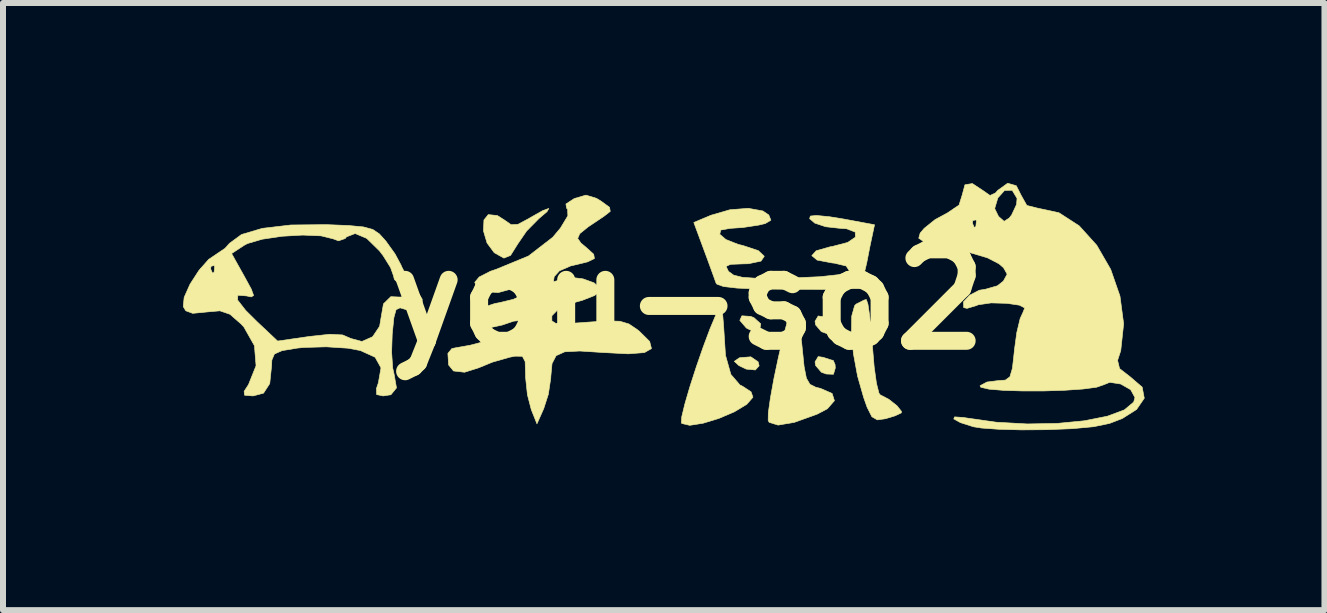
<source format=kicad_pcb>
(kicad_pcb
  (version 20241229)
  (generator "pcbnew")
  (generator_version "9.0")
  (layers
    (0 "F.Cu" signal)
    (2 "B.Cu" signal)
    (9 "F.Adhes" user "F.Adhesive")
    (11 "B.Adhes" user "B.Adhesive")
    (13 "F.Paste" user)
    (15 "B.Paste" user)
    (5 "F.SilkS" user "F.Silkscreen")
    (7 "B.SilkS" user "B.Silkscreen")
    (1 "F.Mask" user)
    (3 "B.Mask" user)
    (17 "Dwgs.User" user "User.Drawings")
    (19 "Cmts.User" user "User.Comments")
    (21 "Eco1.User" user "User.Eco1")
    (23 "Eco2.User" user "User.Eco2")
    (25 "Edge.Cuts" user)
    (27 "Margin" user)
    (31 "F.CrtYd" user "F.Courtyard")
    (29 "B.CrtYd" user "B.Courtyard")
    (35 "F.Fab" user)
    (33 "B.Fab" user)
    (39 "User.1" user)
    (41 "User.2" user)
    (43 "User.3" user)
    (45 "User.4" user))
  (footprint "you-so2"
    (layer "F.Cu")
    (at 8.421 1.942)
    (property "Reference" "you-so2" (at 0 0 0) (layer "F.SilkS") (effects (font (size 1.524 1.524) (thickness 0.3))))
    (attr through_hole)
    (fp_poly (pts (xy 1.045 0.283) (xy 1.098 0.304) (xy 1.212 0.407) (xy 1.199 0.487) (xy 1.117 0.547) (xy 0.983 0.483) (xy 0.969 0.473) (xy 0.863 0.349) (xy 0.898 0.273) (xy 1.045 0.283)) (stroke (width 0.01) (type solid)) (fill yes) (layer "F.SilkS"))
    (fp_poly (pts (xy 1.168 1.04) (xy 1.185 1.106) (xy 1.122 1.176) (xy 0.971 1.162) (xy 0.849 1.104) (xy 0.771 1.032) (xy 0.852 0.976) (xy 0.866 0.971) (xy 1.047 0.957) (xy 1.168 1.04)) (stroke (width 0.01) (type solid)) (fill yes) (layer "F.SilkS"))
    (fp_poly (pts (xy 2.251 0.287) (xy 2.386 0.332) (xy 2.42 0.339) (xy 2.451 0.408) (xy 2.455 0.466) (xy 2.424 0.57) (xy 2.303 0.566) (xy 2.223 0.537) (xy 2.127 0.425) (xy 2.117 0.365) (xy 2.17 0.276) (xy 2.251 0.287)) (stroke (width 0.01) (type solid)) (fill yes) (layer "F.SilkS"))
    (fp_poly (pts (xy 2.251 0.965) (xy 2.386 1.009) (xy 2.42 1.016) (xy 2.451 1.085) (xy 2.455 1.143) (xy 2.424 1.248) (xy 2.303 1.243) (xy 2.223 1.214) (xy 2.127 1.102) (xy 2.117 1.042) (xy 2.17 0.953) (xy 2.251 0.965)) (stroke (width 0.01) (type solid)) (fill yes) (layer "F.SilkS"))
    (fp_poly (pts (xy -2.351 -1.464) (xy -2.488 -1.347) (xy -2.692 -1.14) (xy -2.84 -0.924) (xy -2.959 -0.734) (xy -3.07 -0.689) (xy -3.219 -0.772) (xy -3.234 -0.783) (xy -3.351 -0.941) (xy -3.411 -1.143) (xy -3.403 -1.324) (xy -3.331 -1.414) (xy -3.18 -1.399) (xy -3.063 -1.325) (xy -2.95 -1.246) (xy -2.836 -1.252) (xy -2.652 -1.35) (xy -2.64 -1.358) (xy -2.42 -1.482) (xy -2.321 -1.517) (xy -2.351 -1.464)) (stroke (width 0.01) (type solid)) (fill yes) (layer "F.SilkS"))
    (fp_poly (pts (xy 0.578 0.259) (xy 0.594 0.459) (xy 0.624 0.931) (xy 0.714 1.251) (xy 0.866 1.427) (xy 0.908 1.447) (xy 1.05 1.54) (xy 1.082 1.63) (xy 0.98 1.748) (xy 0.775 1.872) (xy 0.516 1.983) (xy 0.251 2.064) (xy 0.028 2.099) (xy -0.103 2.068) (xy -0.111 2.058) (xy -0.105 1.956) (xy -0.053 1.741) (xy 0.032 1.451) (xy 0.138 1.123) (xy 0.253 0.792) (xy 0.364 0.495) (xy 0.458 0.27) (xy 0.523 0.152) (xy 0.541 0.145) (xy 0.578 0.259)) (stroke (width 0.01) (type solid)) (fill yes) (layer "F.SilkS"))
    (fp_poly (pts (xy 1.789 0.2) (xy 1.845 0.372) (xy 1.893 0.711) (xy 1.902 0.799) (xy 1.935 1.121) (xy 1.973 1.314) (xy 2.032 1.415) (xy 2.129 1.464) (xy 2.208 1.483) (xy 2.402 1.568) (xy 2.44 1.688) (xy 2.323 1.823) (xy 2.154 1.912) (xy 1.773 2.049) (xy 1.501 2.095) (xy 1.354 2.05) (xy 1.336 2.019) (xy 1.338 1.892) (xy 1.373 1.644) (xy 1.432 1.317) (xy 1.509 0.954) (xy 1.593 0.598) (xy 1.658 0.36) (xy 1.727 0.196) (xy 1.789 0.2)) (stroke (width 0.01) (type solid)) (fill yes) (layer "F.SilkS"))
    (fp_poly (pts (xy 2.999 0.079) (xy 3.03 0.289) (xy 3.06 0.593) (xy 3.074 0.782) (xy 3.103 1.126) (xy 3.141 1.398) (xy 3.182 1.561) (xy 3.201 1.589) (xy 3.347 1.665) (xy 3.485 1.774) (xy 3.558 1.867) (xy 3.556 1.891) (xy 3.45 1.941) (xy 3.291 1.989) (xy 3.155 2.008) (xy 3.065 1.956) (xy 2.985 1.797) (xy 2.928 1.636) (xy 2.826 1.278) (xy 2.757 0.904) (xy 2.724 0.556) (xy 2.729 0.276) (xy 2.777 0.104) (xy 2.802 0.078) (xy 2.934 0.011) (xy 2.972 0.001) (xy 2.999 0.079)) (stroke (width 0.01) (type solid)) (fill yes) (layer "F.SilkS"))
    (fp_poly (pts (xy 1.247 -1.475) (xy 1.346 -1.408) (xy 1.381 -1.321) (xy 1.287 -1.265) (xy 1.176 -1.239) (xy 0.913 -1.199) (xy 0.702 -1.185) (xy 0.546 -1.157) (xy 0.528 -1.087) (xy 0.631 -0.999) (xy 0.835 -0.918) (xy 0.917 -0.898) (xy 1.171 -0.814) (xy 1.271 -0.72) (xy 1.216 -0.639) (xy 1.006 -0.595) (xy 0.921 -0.593) (xy 0.708 -0.585) (xy 0.634 -0.551) (xy 0.67 -0.475) (xy 0.68 -0.463) (xy 0.76 -0.405) (xy 0.905 -0.369) (xy 1.144 -0.352) (xy 1.508 -0.353) (xy 1.72 -0.357) (xy 2.204 -0.379) (xy 2.521 -0.414) (xy 2.673 -0.463) (xy 2.687 -0.481) (xy 2.635 -0.558) (xy 2.439 -0.605) (xy 2.404 -0.608) (xy 2.152 -0.656) (xy 2.063 -0.73) (xy 2.136 -0.811) (xy 2.371 -0.878) (xy 2.409 -0.884) (xy 2.661 -0.95) (xy 2.79 -1.038) (xy 2.787 -1.123) (xy 2.644 -1.178) (xy 2.519 -1.187) (xy 2.294 -1.212) (xy 2.114 -1.272) (xy 2.027 -1.346) (xy 2.039 -1.39) (xy 2.14 -1.4) (xy 2.356 -1.379) (xy 2.597 -1.34) (xy 3.109 -1.245) (xy 3.035 -0.897) (xy 2.979 -0.61) (xy 2.931 -0.41) (xy 2.864 -0.28) (xy 2.75 -0.207) (xy 2.56 -0.174) (xy 2.266 -0.167) (xy 1.84 -0.169) (xy 1.689 -0.169) (xy 1.178 -0.174) (xy 0.818 -0.189) (xy 0.592 -0.215) (xy 0.482 -0.254) (xy 0.466 -0.275) (xy 0.418 -0.409) (xy 0.333 -0.643) (xy 0.263 -0.832) (xy 0.096 -1.283) (xy 0.384 -1.404) (xy 0.698 -1.495) (xy 1.004 -1.519) (xy 1.247 -1.475)) (stroke (width 0.01) (type solid)) (fill yes) (layer "F.SilkS"))
    (fp_poly (pts (xy -1.528 -1.686) (xy -1.454 -1.641) (xy -1.309 -1.536) (xy -1.297 -1.468) (xy -1.401 -1.387) (xy -1.665 -1.21) (xy -1.805 -1.097) (xy -1.84 -1.017) (xy -1.786 -0.94) (xy -1.692 -0.861) (xy -1.573 -0.753) (xy -1.561 -0.682) (xy -1.673 -0.627) (xy -1.931 -0.564) (xy -1.959 -0.558) (xy -2.144 -0.477) (xy -2.232 -0.38) (xy -2.244 -0.295) (xy -2.149 -0.321) (xy -2.123 -0.335) (xy -1.956 -0.369) (xy -1.751 -0.343) (xy -1.568 -0.277) (xy -1.466 -0.187) (xy -1.463 -0.141) (xy -1.557 -0.066) (xy -1.76 0.014) (xy -1.868 0.044) (xy -2.145 0.144) (xy -2.268 0.27) (xy -2.271 0.283) (xy -2.27 0.358) (xy -2.209 0.397) (xy -2.053 0.405) (xy -1.771 0.387) (xy -1.679 0.38) (xy -1.35 0.357) (xy -1.136 0.364) (xy -0.986 0.409) (xy -0.848 0.502) (xy -0.812 0.531) (xy -0.64 0.701) (xy -0.61 0.819) (xy -0.727 0.886) (xy -0.997 0.907) (xy -1.416 0.885) (xy -1.805 0.86) (xy -2.056 0.873) (xy -2.2 0.938) (xy -2.268 1.07) (xy -2.288 1.285) (xy -2.289 1.312) (xy -2.329 1.581) (xy -2.406 1.82) (xy -2.519 2.074) (xy -2.614 1.836) (xy -2.678 1.589) (xy -2.709 1.296) (xy -2.709 1.254) (xy -2.716 1.036) (xy -2.762 0.948) (xy -2.884 0.946) (xy -2.977 0.964) (xy -3.26 1.045) (xy -3.489 1.139) (xy -3.726 1.214) (xy -3.91 1.193) (xy -3.992 1.092) (xy -4.004 0.9) (xy -3.937 0.819) (xy -3.852 0.802) (xy -3.634 0.764) (xy -3.363 0.692) (xy -3.09 0.604) (xy -2.861 0.515) (xy -2.727 0.442) (xy -2.709 0.417) (xy -2.755 0.348) (xy -2.907 0.362) (xy -3.099 0.427) (xy -3.3 0.471) (xy -3.44 0.406) (xy -3.454 0.393) (xy -3.536 0.251) (xy -3.459 0.145) (xy -3.22 0.068) (xy -3.139 0.053) (xy -2.913 -0.002) (xy -2.765 -0.072) (xy -2.748 -0.091) (xy -2.722 -0.204) (xy -2.816 -0.226) (xy -2.964 -0.169) (xy -3.165 -0.114) (xy -3.372 -0.13) (xy -3.521 -0.205) (xy -3.556 -0.285) (xy -3.482 -0.374) (xy -3.296 -0.469) (xy -3.196 -0.503) (xy -2.66 -0.724) (xy -2.256 -1.036) (xy -2.127 -1.19) (xy -2.004 -1.394) (xy -2.008 -1.506) (xy -2.024 -1.519) (xy -2.036 -1.591) (xy -1.897 -1.682) (xy -1.702 -1.739) (xy -1.528 -1.686)) (stroke (width 0.01) (type solid)) (fill yes) (layer "F.SilkS"))
    (fp_poly (pts (xy 5.472 -1.896) (xy 5.553 -1.736) (xy 5.648 -1.567) (xy 5.818 -1.524) (xy 6.184 -1.445) (xy 6.521 -1.227) (xy 6.814 -0.903) (xy 7.046 -0.501) (xy 7.201 -0.055) (xy 7.262 0.407) (xy 7.214 0.853) (xy 7.161 1.016) (xy 7.194 1.153) (xy 7.372 1.291) (xy 7.571 1.462) (xy 7.606 1.647) (xy 7.478 1.834) (xy 7.24 1.985) (xy 7.027 2.067) (xy 6.761 2.122) (xy 6.402 2.155) (xy 5.97 2.172) (xy 5.559 2.175) (xy 5.182 2.165) (xy 4.89 2.144) (xy 4.758 2.123) (xy 4.539 2.053) (xy 4.43 1.992) (xy 4.444 1.958) (xy 4.598 1.969) (xy 4.633 1.975) (xy 5.139 2.047) (xy 5.656 2.076) (xy 6.154 2.067) (xy 6.608 2.023) (xy 6.99 1.947) (xy 7.273 1.842) (xy 7.429 1.712) (xy 7.451 1.636) (xy 7.379 1.505) (xy 7.213 1.41) (xy 7.03 1.382) (xy 6.923 1.425) (xy 6.809 1.464) (xy 6.58 1.494) (xy 6.273 1.515) (xy 5.926 1.526) (xy 5.576 1.526) (xy 5.26 1.516) (xy 5.016 1.496) (xy 4.881 1.464) (xy 4.868 1.439) (xy 4.983 1.377) (xy 5.158 1.355) (xy 5.29 1.345) (xy 5.366 1.289) (xy 5.408 1.147) (xy 5.438 0.88) (xy 5.441 0.844) (xy 5.481 0.551) (xy 5.537 0.318) (xy 5.583 0.218) (xy 5.613 0.142) (xy 5.525 0.096) (xy 5.316 0.065) (xy 5.052 0.058) (xy 4.839 0.089) (xy 4.798 0.105) (xy 4.651 0.149) (xy 4.595 0.136) (xy 4.592 0.04) (xy 4.696 -0.071) (xy 4.854 -0.153) (xy 4.953 -0.169) (xy 5.157 -0.227) (xy 5.257 -0.306) (xy 5.32 -0.421) (xy 5.26 -0.528) (xy 5.184 -0.594) (xy 4.991 -0.694) (xy 4.71 -0.777) (xy 4.551 -0.806) (xy 4.266 -0.856) (xy 4.032 -0.916) (xy 3.951 -0.948) (xy 3.846 -1.021) (xy 3.87 -1.106) (xy 3.936 -1.184) (xy 4.043 -1.27) (xy 4.741 -1.27) (xy 4.772 -1.2) (xy 4.798 -1.214) (xy 4.808 -1.314) (xy 4.798 -1.326) (xy 4.747 -1.315) (xy 4.741 -1.27) (xy 4.043 -1.27) (xy 4.119 -1.331) (xy 4.324 -1.442) (xy 4.432 -1.515) (xy 5.112 -1.515) (xy 5.176 -1.384) (xy 5.27 -1.302) (xy 5.356 -1.358) (xy 5.395 -1.409) (xy 5.477 -1.584) (xy 5.485 -1.685) (xy 5.404 -1.82) (xy 5.277 -1.817) (xy 5.165 -1.693) (xy 5.112 -1.515) (xy 4.432 -1.515) (xy 4.518 -1.573) (xy 4.572 -1.746) (xy 4.616 -1.911) (xy 4.74 -1.932) (xy 4.913 -1.818) (xy 5.035 -1.733) (xy 5.125 -1.775) (xy 5.163 -1.818) (xy 5.329 -1.937) (xy 5.472 -1.896)) (stroke (width 0.01) (type solid)) (fill yes) (layer "F.SilkS"))
    (fp_poly (pts (xy -6.029 -1.247) (xy -5.657 -1.232) (xy -5.413 -1.209) (xy -5.257 -1.167) (xy -5.147 -1.093) (xy -5.042 -0.977) (xy -5.037 -0.971) (xy -4.885 -0.759) (xy -4.784 -0.57) (xy -4.777 -0.55) (xy -4.679 -0.361) (xy -4.552 -0.195) (xy -4.432 -0.004) (xy -4.436 0.14) (xy -4.548 0.201) (xy -4.686 0.174) (xy -4.802 0.14) (xy -4.868 0.171) (xy -4.904 0.302) (xy -4.931 0.567) (xy -4.932 0.577) (xy -4.942 0.881) (xy -4.924 1.144) (xy -4.899 1.256) (xy -4.861 1.475) (xy -4.954 1.589) (xy -5.083 1.609) (xy -5.192 1.586) (xy -5.195 1.485) (xy -5.163 1.391) (xy -5.119 1.141) (xy -5.217 0.964) (xy -5.463 0.852) (xy -5.67 0.813) (xy -6.03 0.79) (xy -6.413 0.801) (xy -6.519 0.812) (xy -6.77 0.854) (xy -6.896 0.91) (xy -6.939 1.011) (xy -6.943 1.105) (xy -6.974 1.403) (xy -7.078 1.563) (xy -7.253 1.609) (xy -7.394 1.597) (xy -7.401 1.532) (xy -7.328 1.42) (xy -7.202 1.105) (xy -7.229 0.771) (xy -7.405 0.46) (xy -7.451 0.41) (xy -7.638 0.247) (xy -7.805 0.19) (xy -8.033 0.21) (xy -8.258 0.232) (xy -8.374 0.189) (xy -8.416 0.119) (xy -8.401 -0.034) (xy -8.303 -0.254) (xy -8.155 -0.483) (xy -8.133 -0.508) (xy -7.959 -0.508) (xy -7.928 -0.438) (xy -7.902 -0.452) (xy -7.892 -0.552) (xy -7.902 -0.564) (xy -7.953 -0.553) (xy -7.959 -0.508) (xy -8.133 -0.508) (xy -7.992 -0.668) (xy -7.877 -0.745) (xy -7.848 -0.765) (xy -7.61 -0.765) (xy -7.4 -0.389) (xy -7.281 -0.171) (xy -7.243 -0.066) (xy -7.283 -0.042) (xy -7.363 -0.059) (xy -7.506 -0.07) (xy -7.51 0.01) (xy -7.376 0.182) (xy -7.189 0.368) (xy -6.843 0.694) (xy -6.309 0.617) (xy -5.974 0.581) (xy -5.759 0.592) (xy -5.623 0.651) (xy -5.437 0.701) (xy -5.259 0.622) (xy -5.142 0.448) (xy -5.122 0.327) (xy -5.078 0.074) (xy -4.955 -0.046) (xy -4.819 -0.04) (xy -4.687 -0.042) (xy -4.662 -0.12) (xy -4.758 -0.212) (xy -4.784 -0.223) (xy -4.896 -0.333) (xy -4.911 -0.395) (xy -4.96 -0.532) (xy -5.085 -0.732) (xy -5.144 -0.809) (xy -5.357 -1.018) (xy -5.55 -1.099) (xy -5.695 -1.043) (xy -5.715 -1.016) (xy -5.827 -0.977) (xy -5.916 -1.01) (xy -6.118 -1.06) (xy -6.424 -1.073) (xy -6.771 -1.053) (xy -7.099 -1.004) (xy -7.345 -0.932) (xy -7.398 -0.904) (xy -7.61 -0.765) (xy -7.848 -0.765) (xy -7.719 -0.852) (xy -7.645 -0.935) (xy -7.445 -1.082) (xy -7.098 -1.185) (xy -6.621 -1.241) (xy -6.031 -1.247) (xy -6.029 -1.247)) (stroke (width 0.01) (type solid)) (fill yes) (layer "F.SilkS")))
  (gr_rect
    (start -3 -3)
    (end 19.031 7.122)
    (stroke (width 0.1) (type default))
    (fill no)
    (layer "Edge.Cuts")))
</source>
